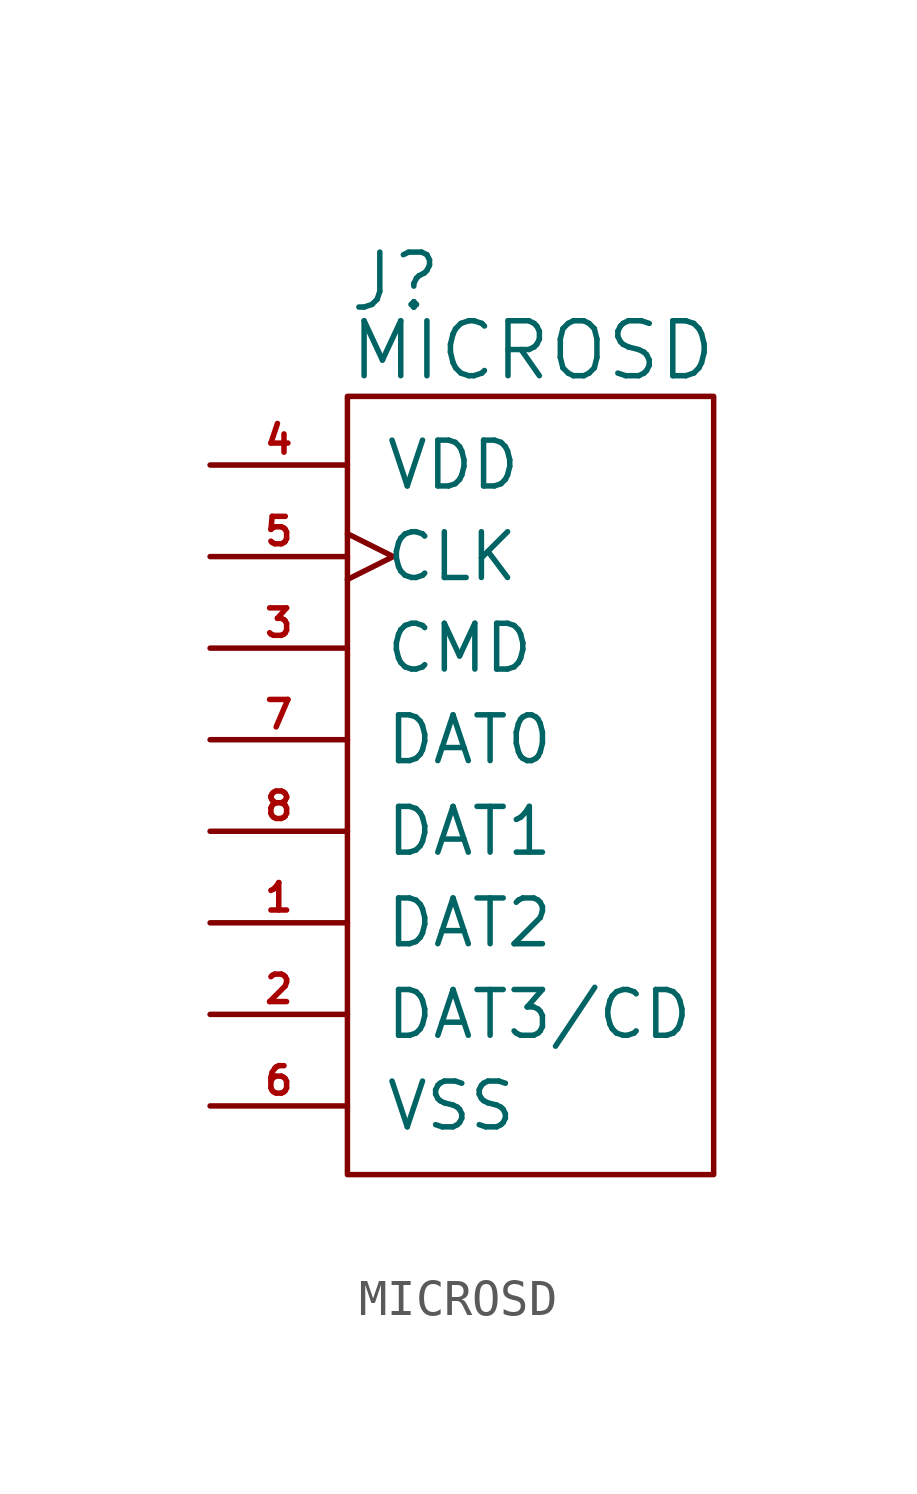
<source format=kicad_sym>
(kicad_symbol_lib
  (version 20211014)
  (generator kicad_symbol_editor)
  (symbol "MICROSD"
    (pin_names
      (offset 1.016))
    (property "Reference" "J"
      (at -5.08 12.7 0)
      (effects (font (size 1.524 1.524)) (justify left)))
    (property "Value" "MICROSD"
      (at -5.08 10.795 0)
      (effects (font (size 1.524 1.524)) (justify left)))
    (symbol "MICROSD_0_1"
      (rectangle (start -5.08 9.525) (end 5.08 -12.065) (stroke (width 0) (type default) (color 0 0 0 0)) (fill (type none))))
    (symbol "MICROSD_1_1"
      (pin bidirectional line (at -8.89 -5.08 0) (length 3.81) (name "DAT2" (effects (font (size 1.27 1.27)))) (number "1" (effects (font (size 0.762 0.762)))))
      (pin bidirectional line (at -8.89 -7.62 0) (length 3.81) (name "DAT3/CD" (effects (font (size 1.27 1.27)))) (number "2" (effects (font (size 0.762 0.762)))))
      (pin bidirectional line (at -8.89 2.54 0) (length 3.81) (name "CMD" (effects (font (size 1.27 1.27)))) (number "3" (effects (font (size 0.762 0.762)))))
      (pin power_in line (at -8.89 7.62 0) (length 3.81) (name "VDD" (effects (font (size 1.27 1.27)))) (number "4" (effects (font (size 0.762 0.762)))))
      (pin input clock (at -8.89 5.08 0) (length 3.81) (name "CLK" (effects (font (size 1.27 1.27)))) (number "5" (effects (font (size 0.762 0.762)))))
      (pin power_in line (at -8.89 -10.16 0) (length 3.81) (name "VSS" (effects (font (size 1.27 1.27)))) (number "6" (effects (font (size 0.762 0.762)))))
      (pin bidirectional line (at -8.89 0 0) (length 3.81) (name "DAT0" (effects (font (size 1.27 1.27)))) (number "7" (effects (font (size 0.762 0.762)))))
      (pin bidirectional line (at -8.89 -2.54 0) (length 3.81) (name "DAT1" (effects (font (size 1.27 1.27)))) (number "8" (effects (font (size 0.762 0.762))))))))
</source>
